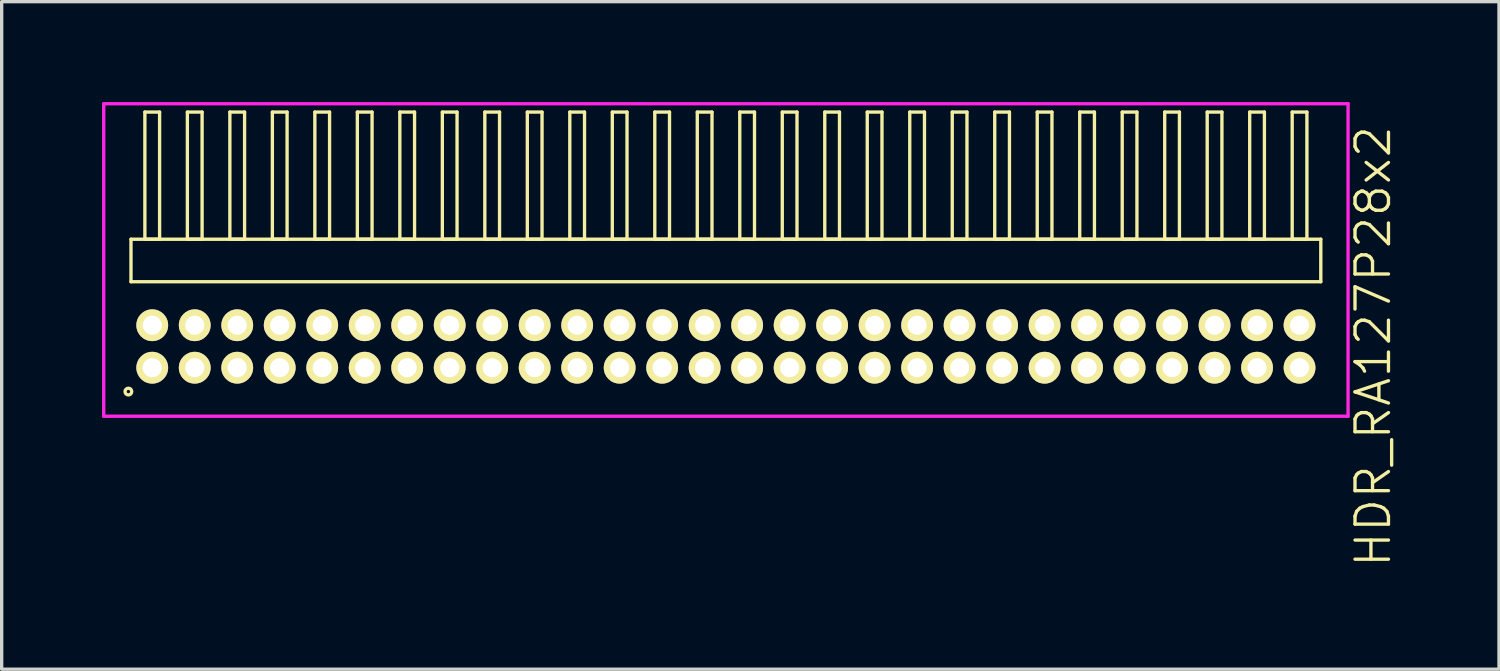
<source format=kicad_pcb>
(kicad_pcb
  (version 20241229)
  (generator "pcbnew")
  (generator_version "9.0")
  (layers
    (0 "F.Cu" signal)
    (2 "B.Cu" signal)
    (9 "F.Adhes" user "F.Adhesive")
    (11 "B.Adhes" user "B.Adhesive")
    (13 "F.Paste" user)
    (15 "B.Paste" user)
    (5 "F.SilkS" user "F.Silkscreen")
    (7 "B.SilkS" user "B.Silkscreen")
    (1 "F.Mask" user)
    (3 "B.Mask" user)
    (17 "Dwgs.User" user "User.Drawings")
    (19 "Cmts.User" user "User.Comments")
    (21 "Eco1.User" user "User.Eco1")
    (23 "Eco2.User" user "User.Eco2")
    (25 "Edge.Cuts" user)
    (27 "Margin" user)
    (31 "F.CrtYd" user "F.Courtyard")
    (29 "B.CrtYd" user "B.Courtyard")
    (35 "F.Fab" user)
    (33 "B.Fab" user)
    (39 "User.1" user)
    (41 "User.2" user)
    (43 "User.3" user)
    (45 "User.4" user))
  (footprint "HDR_RA127P28x2"
    (layer "F.Cu")
    (at 18.645 7.305)
    (property "Reference" "HDR_RA127P28x2" (at 19.345 0 90) (layer "F.SilkS") (effects (font (size 1 1) (thickness 0.1))))
    (attr through_hole)
    (fp_line (start -17.78 -3.205) (end -17.78 -1.935) (stroke (width 0.1) (type solid)) (layer "F.SilkS"))
    (fp_line (start -17.78 -1.935) (end 17.78 -1.935) (stroke (width 0.1) (type solid)) (layer "F.SilkS"))
    (fp_line (start -17.365 -7.005) (end -17.365 -3.205) (stroke (width 0.1) (type solid)) (layer "F.SilkS"))
    (fp_line (start -17.365 -3.205) (end -16.925 -3.205) (stroke (width 0.1) (type solid)) (layer "F.SilkS"))
    (fp_line (start -16.925 -7.005) (end -17.365 -7.005) (stroke (width 0.1) (type solid)) (layer "F.SilkS"))
    (fp_line (start -16.925 -3.205) (end -16.925 -7.005) (stroke (width 0.1) (type solid)) (layer "F.SilkS"))
    (fp_line (start -16.095 -7.005) (end -16.095 -3.205) (stroke (width 0.1) (type solid)) (layer "F.SilkS"))
    (fp_line (start -16.095 -3.205) (end -15.655 -3.205) (stroke (width 0.1) (type solid)) (layer "F.SilkS"))
    (fp_line (start -15.655 -7.005) (end -16.095 -7.005) (stroke (width 0.1) (type solid)) (layer "F.SilkS"))
    (fp_line (start -15.655 -3.205) (end -15.655 -7.005) (stroke (width 0.1) (type solid)) (layer "F.SilkS"))
    (fp_line (start -14.825 -7.005) (end -14.825 -3.205) (stroke (width 0.1) (type solid)) (layer "F.SilkS"))
    (fp_line (start -14.825 -3.205) (end -14.385 -3.205) (stroke (width 0.1) (type solid)) (layer "F.SilkS"))
    (fp_line (start -14.385 -7.005) (end -14.825 -7.005) (stroke (width 0.1) (type solid)) (layer "F.SilkS"))
    (fp_line (start -14.385 -3.205) (end -14.385 -7.005) (stroke (width 0.1) (type solid)) (layer "F.SilkS"))
    (fp_line (start -13.555 -7.005) (end -13.555 -3.205) (stroke (width 0.1) (type solid)) (layer "F.SilkS"))
    (fp_line (start -13.555 -3.205) (end -13.115 -3.205) (stroke (width 0.1) (type solid)) (layer "F.SilkS"))
    (fp_line (start -13.115 -7.005) (end -13.555 -7.005) (stroke (width 0.1) (type solid)) (layer "F.SilkS"))
    (fp_line (start -13.115 -3.205) (end -13.115 -7.005) (stroke (width 0.1) (type solid)) (layer "F.SilkS"))
    (fp_line (start -12.285 -7.005) (end -12.285 -3.205) (stroke (width 0.1) (type solid)) (layer "F.SilkS"))
    (fp_line (start -12.285 -3.205) (end -11.845 -3.205) (stroke (width 0.1) (type solid)) (layer "F.SilkS"))
    (fp_line (start -11.845 -7.005) (end -12.285 -7.005) (stroke (width 0.1) (type solid)) (layer "F.SilkS"))
    (fp_line (start -11.845 -3.205) (end -11.845 -7.005) (stroke (width 0.1) (type solid)) (layer "F.SilkS"))
    (fp_line (start -11.015 -7.005) (end -11.015 -3.205) (stroke (width 0.1) (type solid)) (layer "F.SilkS"))
    (fp_line (start -11.015 -3.205) (end -10.575 -3.205) (stroke (width 0.1) (type solid)) (layer "F.SilkS"))
    (fp_line (start -10.575 -7.005) (end -11.015 -7.005) (stroke (width 0.1) (type solid)) (layer "F.SilkS"))
    (fp_line (start -10.575 -3.205) (end -10.575 -7.005) (stroke (width 0.1) (type solid)) (layer "F.SilkS"))
    (fp_line (start -9.745 -7.005) (end -9.745 -3.205) (stroke (width 0.1) (type solid)) (layer "F.SilkS"))
    (fp_line (start -9.745 -3.205) (end -9.305 -3.205) (stroke (width 0.1) (type solid)) (layer "F.SilkS"))
    (fp_line (start -9.305 -7.005) (end -9.745 -7.005) (stroke (width 0.1) (type solid)) (layer "F.SilkS"))
    (fp_line (start -9.305 -3.205) (end -9.305 -7.005) (stroke (width 0.1) (type solid)) (layer "F.SilkS"))
    (fp_line (start -8.475 -7.005) (end -8.475 -3.205) (stroke (width 0.1) (type solid)) (layer "F.SilkS"))
    (fp_line (start -8.475 -3.205) (end -8.035 -3.205) (stroke (width 0.1) (type solid)) (layer "F.SilkS"))
    (fp_line (start -8.035 -7.005) (end -8.475 -7.005) (stroke (width 0.1) (type solid)) (layer "F.SilkS"))
    (fp_line (start -8.035 -3.205) (end -8.035 -7.005) (stroke (width 0.1) (type solid)) (layer "F.SilkS"))
    (fp_line (start -7.205 -7.005) (end -7.205 -3.205) (stroke (width 0.1) (type solid)) (layer "F.SilkS"))
    (fp_line (start -7.205 -3.205) (end -6.765 -3.205) (stroke (width 0.1) (type solid)) (layer "F.SilkS"))
    (fp_line (start -6.765 -7.005) (end -7.205 -7.005) (stroke (width 0.1) (type solid)) (layer "F.SilkS"))
    (fp_line (start -6.765 -3.205) (end -6.765 -7.005) (stroke (width 0.1) (type solid)) (layer "F.SilkS"))
    (fp_line (start -5.935 -7.005) (end -5.935 -3.205) (stroke (width 0.1) (type solid)) (layer "F.SilkS"))
    (fp_line (start -5.935 -3.205) (end -5.495 -3.205) (stroke (width 0.1) (type solid)) (layer "F.SilkS"))
    (fp_line (start -5.495 -7.005) (end -5.935 -7.005) (stroke (width 0.1) (type solid)) (layer "F.SilkS"))
    (fp_line (start -5.495 -3.205) (end -5.495 -7.005) (stroke (width 0.1) (type solid)) (layer "F.SilkS"))
    (fp_line (start -4.665 -7.005) (end -4.665 -3.205) (stroke (width 0.1) (type solid)) (layer "F.SilkS"))
    (fp_line (start -4.665 -3.205) (end -4.225 -3.205) (stroke (width 0.1) (type solid)) (layer "F.SilkS"))
    (fp_line (start -4.225 -7.005) (end -4.665 -7.005) (stroke (width 0.1) (type solid)) (layer "F.SilkS"))
    (fp_line (start -4.225 -3.205) (end -4.225 -7.005) (stroke (width 0.1) (type solid)) (layer "F.SilkS"))
    (fp_line (start -3.395 -7.005) (end -3.395 -3.205) (stroke (width 0.1) (type solid)) (layer "F.SilkS"))
    (fp_line (start -3.395 -3.205) (end -2.955 -3.205) (stroke (width 0.1) (type solid)) (layer "F.SilkS"))
    (fp_line (start -2.955 -7.005) (end -3.395 -7.005) (stroke (width 0.1) (type solid)) (layer "F.SilkS"))
    (fp_line (start -2.955 -3.205) (end -2.955 -7.005) (stroke (width 0.1) (type solid)) (layer "F.SilkS"))
    (fp_line (start -2.125 -7.005) (end -2.125 -3.205) (stroke (width 0.1) (type solid)) (layer "F.SilkS"))
    (fp_line (start -2.125 -3.205) (end -1.685 -3.205) (stroke (width 0.1) (type solid)) (layer "F.SilkS"))
    (fp_line (start -1.685 -7.005) (end -2.125 -7.005) (stroke (width 0.1) (type solid)) (layer "F.SilkS"))
    (fp_line (start -1.685 -3.205) (end -1.685 -7.005) (stroke (width 0.1) (type solid)) (layer "F.SilkS"))
    (fp_line (start -0.855 -7.005) (end -0.855 -3.205) (stroke (width 0.1) (type solid)) (layer "F.SilkS"))
    (fp_line (start -0.855 -3.205) (end -0.415 -3.205) (stroke (width 0.1) (type solid)) (layer "F.SilkS"))
    (fp_line (start -0.415 -7.005) (end -0.855 -7.005) (stroke (width 0.1) (type solid)) (layer "F.SilkS"))
    (fp_line (start -0.415 -3.205) (end -0.415 -7.005) (stroke (width 0.1) (type solid)) (layer "F.SilkS"))
    (fp_line (start 0.415 -7.005) (end 0.415 -3.205) (stroke (width 0.1) (type solid)) (layer "F.SilkS"))
    (fp_line (start 0.415 -3.205) (end 0.855 -3.205) (stroke (width 0.1) (type solid)) (layer "F.SilkS"))
    (fp_line (start 0.855 -7.005) (end 0.415 -7.005) (stroke (width 0.1) (type solid)) (layer "F.SilkS"))
    (fp_line (start 0.855 -3.205) (end 0.855 -7.005) (stroke (width 0.1) (type solid)) (layer "F.SilkS"))
    (fp_line (start 1.685 -7.005) (end 1.685 -3.205) (stroke (width 0.1) (type solid)) (layer "F.SilkS"))
    (fp_line (start 1.685 -3.205) (end 2.125 -3.205) (stroke (width 0.1) (type solid)) (layer "F.SilkS"))
    (fp_line (start 2.125 -7.005) (end 1.685 -7.005) (stroke (width 0.1) (type solid)) (layer "F.SilkS"))
    (fp_line (start 2.125 -3.205) (end 2.125 -7.005) (stroke (width 0.1) (type solid)) (layer "F.SilkS"))
    (fp_line (start 2.955 -7.005) (end 2.955 -3.205) (stroke (width 0.1) (type solid)) (layer "F.SilkS"))
    (fp_line (start 2.955 -3.205) (end 3.395 -3.205) (stroke (width 0.1) (type solid)) (layer "F.SilkS"))
    (fp_line (start 3.395 -7.005) (end 2.955 -7.005) (stroke (width 0.1) (type solid)) (layer "F.SilkS"))
    (fp_line (start 3.395 -3.205) (end 3.395 -7.005) (stroke (width 0.1) (type solid)) (layer "F.SilkS"))
    (fp_line (start 4.225 -7.005) (end 4.225 -3.205) (stroke (width 0.1) (type solid)) (layer "F.SilkS"))
    (fp_line (start 4.225 -3.205) (end 4.665 -3.205) (stroke (width 0.1) (type solid)) (layer "F.SilkS"))
    (fp_line (start 4.665 -7.005) (end 4.225 -7.005) (stroke (width 0.1) (type solid)) (layer "F.SilkS"))
    (fp_line (start 4.665 -3.205) (end 4.665 -7.005) (stroke (width 0.1) (type solid)) (layer "F.SilkS"))
    (fp_line (start 5.495 -7.005) (end 5.495 -3.205) (stroke (width 0.1) (type solid)) (layer "F.SilkS"))
    (fp_line (start 5.495 -3.205) (end 5.935 -3.205) (stroke (width 0.1) (type solid)) (layer "F.SilkS"))
    (fp_line (start 5.935 -7.005) (end 5.495 -7.005) (stroke (width 0.1) (type solid)) (layer "F.SilkS"))
    (fp_line (start 5.935 -3.205) (end 5.935 -7.005) (stroke (width 0.1) (type solid)) (layer "F.SilkS"))
    (fp_line (start 6.765 -7.005) (end 6.765 -3.205) (stroke (width 0.1) (type solid)) (layer "F.SilkS"))
    (fp_line (start 6.765 -3.205) (end 7.205 -3.205) (stroke (width 0.1) (type solid)) (layer "F.SilkS"))
    (fp_line (start 7.205 -7.005) (end 6.765 -7.005) (stroke (width 0.1) (type solid)) (layer "F.SilkS"))
    (fp_line (start 7.205 -3.205) (end 7.205 -7.005) (stroke (width 0.1) (type solid)) (layer "F.SilkS"))
    (fp_line (start 8.035 -7.005) (end 8.035 -3.205) (stroke (width 0.1) (type solid)) (layer "F.SilkS"))
    (fp_line (start 8.035 -3.205) (end 8.475 -3.205) (stroke (width 0.1) (type solid)) (layer "F.SilkS"))
    (fp_line (start 8.475 -7.005) (end 8.035 -7.005) (stroke (width 0.1) (type solid)) (layer "F.SilkS"))
    (fp_line (start 8.475 -3.205) (end 8.475 -7.005) (stroke (width 0.1) (type solid)) (layer "F.SilkS"))
    (fp_line (start 9.305 -7.005) (end 9.305 -3.205) (stroke (width 0.1) (type solid)) (layer "F.SilkS"))
    (fp_line (start 9.305 -3.205) (end 9.745 -3.205) (stroke (width 0.1) (type solid)) (layer "F.SilkS"))
    (fp_line (start 9.745 -7.005) (end 9.305 -7.005) (stroke (width 0.1) (type solid)) (layer "F.SilkS"))
    (fp_line (start 9.745 -3.205) (end 9.745 -7.005) (stroke (width 0.1) (type solid)) (layer "F.SilkS"))
    (fp_line (start 10.575 -7.005) (end 10.575 -3.205) (stroke (width 0.1) (type solid)) (layer "F.SilkS"))
    (fp_line (start 10.575 -3.205) (end 11.015 -3.205) (stroke (width 0.1) (type solid)) (layer "F.SilkS"))
    (fp_line (start 11.015 -7.005) (end 10.575 -7.005) (stroke (width 0.1) (type solid)) (layer "F.SilkS"))
    (fp_line (start 11.015 -3.205) (end 11.015 -7.005) (stroke (width 0.1) (type solid)) (layer "F.SilkS"))
    (fp_line (start 11.845 -7.005) (end 11.845 -3.205) (stroke (width 0.1) (type solid)) (layer "F.SilkS"))
    (fp_line (start 11.845 -3.205) (end 12.285 -3.205) (stroke (width 0.1) (type solid)) (layer "F.SilkS"))
    (fp_line (start 12.285 -7.005) (end 11.845 -7.005) (stroke (width 0.1) (type solid)) (layer "F.SilkS"))
    (fp_line (start 12.285 -3.205) (end 12.285 -7.005) (stroke (width 0.1) (type solid)) (layer "F.SilkS"))
    (fp_line (start 13.115 -7.005) (end 13.115 -3.205) (stroke (width 0.1) (type solid)) (layer "F.SilkS"))
    (fp_line (start 13.115 -3.205) (end 13.555 -3.205) (stroke (width 0.1) (type solid)) (layer "F.SilkS"))
    (fp_line (start 13.555 -7.005) (end 13.115 -7.005) (stroke (width 0.1) (type solid)) (layer "F.SilkS"))
    (fp_line (start 13.555 -3.205) (end 13.555 -7.005) (stroke (width 0.1) (type solid)) (layer "F.SilkS"))
    (fp_line (start 14.385 -7.005) (end 14.385 -3.205) (stroke (width 0.1) (type solid)) (layer "F.SilkS"))
    (fp_line (start 14.385 -3.205) (end 14.825 -3.205) (stroke (width 0.1) (type solid)) (layer "F.SilkS"))
    (fp_line (start 14.825 -7.005) (end 14.385 -7.005) (stroke (width 0.1) (type solid)) (layer "F.SilkS"))
    (fp_line (start 14.825 -3.205) (end 14.825 -7.005) (stroke (width 0.1) (type solid)) (layer "F.SilkS"))
    (fp_line (start 15.655 -7.005) (end 15.655 -3.205) (stroke (width 0.1) (type solid)) (layer "F.SilkS"))
    (fp_line (start 15.655 -3.205) (end 16.095 -3.205) (stroke (width 0.1) (type solid)) (layer "F.SilkS"))
    (fp_line (start 16.095 -7.005) (end 15.655 -7.005) (stroke (width 0.1) (type solid)) (layer "F.SilkS"))
    (fp_line (start 16.095 -3.205) (end 16.095 -7.005) (stroke (width 0.1) (type solid)) (layer "F.SilkS"))
    (fp_line (start 16.925 -7.005) (end 16.925 -3.205) (stroke (width 0.1) (type solid)) (layer "F.SilkS"))
    (fp_line (start 16.925 -3.205) (end 17.365 -3.205) (stroke (width 0.1) (type solid)) (layer "F.SilkS"))
    (fp_line (start 17.365 -7.005) (end 16.925 -7.005) (stroke (width 0.1) (type solid)) (layer "F.SilkS"))
    (fp_line (start 17.365 -3.205) (end 17.365 -7.005) (stroke (width 0.1) (type solid)) (layer "F.SilkS"))
    (fp_line (start 17.78 -3.205) (end -17.78 -3.205) (stroke (width 0.1) (type solid)) (layer "F.SilkS"))
    (fp_line (start 17.78 -1.935) (end 17.78 -3.205) (stroke (width 0.1) (type solid)) (layer "F.SilkS"))
    (fp_circle (center -17.858 1.348) (end -17.758 1.348) (stroke (width 0.1) (type solid)) (fill no) (layer "F.SilkS"))
    (fp_line (start -18.595 -7.255) (end -18.595 2.085) (stroke (width 0.1) (type solid)) (layer "F.CrtYd"))
    (fp_line (start -18.595 2.085) (end 18.595 2.085) (stroke (width 0.1) (type solid)) (layer "F.CrtYd"))
    (fp_line (start 18.595 -7.255) (end -18.595 -7.255) (stroke (width 0.1) (type solid)) (layer "F.CrtYd"))
    (fp_line (start 18.595 2.085) (end 18.595 -7.255) (stroke (width 0.1) (type solid)) (layer "F.CrtYd"))
    (pad "1" thru_hole oval (at -17.145 0.635) (size 0.95 0.95) (drill 0.57) (layers "*.Cu" "*.Mask" "F.SilkS"))
    (pad "2" thru_hole oval (at -17.145 -0.635) (size 0.95 0.95) (drill 0.57) (layers "*.Cu" "*.Mask" "F.SilkS"))
    (pad "3" thru_hole oval (at -15.875 0.635) (size 0.95 0.95) (drill 0.57) (layers "*.Cu" "*.Mask" "F.SilkS"))
    (pad "4" thru_hole oval (at -15.875 -0.635) (size 0.95 0.95) (drill 0.57) (layers "*.Cu" "*.Mask" "F.SilkS"))
    (pad "5" thru_hole oval (at -14.605 0.635) (size 0.95 0.95) (drill 0.57) (layers "*.Cu" "*.Mask" "F.SilkS"))
    (pad "6" thru_hole oval (at -14.605 -0.635) (size 0.95 0.95) (drill 0.57) (layers "*.Cu" "*.Mask" "F.SilkS"))
    (pad "7" thru_hole oval (at -13.335 0.635) (size 0.95 0.95) (drill 0.57) (layers "*.Cu" "*.Mask" "F.SilkS"))
    (pad "8" thru_hole oval (at -13.335 -0.635) (size 0.95 0.95) (drill 0.57) (layers "*.Cu" "*.Mask" "F.SilkS"))
    (pad "9" thru_hole oval (at -12.065 0.635) (size 0.95 0.95) (drill 0.57) (layers "*.Cu" "*.Mask" "F.SilkS"))
    (pad "10" thru_hole oval (at -12.065 -0.635) (size 0.95 0.95) (drill 0.57) (layers "*.Cu" "*.Mask" "F.SilkS"))
    (pad "11" thru_hole oval (at -10.795 0.635) (size 0.95 0.95) (drill 0.57) (layers "*.Cu" "*.Mask" "F.SilkS"))
    (pad "12" thru_hole oval (at -10.795 -0.635) (size 0.95 0.95) (drill 0.57) (layers "*.Cu" "*.Mask" "F.SilkS"))
    (pad "13" thru_hole oval (at -9.525 0.635) (size 0.95 0.95) (drill 0.57) (layers "*.Cu" "*.Mask" "F.SilkS"))
    (pad "14" thru_hole oval (at -9.525 -0.635) (size 0.95 0.95) (drill 0.57) (layers "*.Cu" "*.Mask" "F.SilkS"))
    (pad "15" thru_hole oval (at -8.255 0.635) (size 0.95 0.95) (drill 0.57) (layers "*.Cu" "*.Mask" "F.SilkS"))
    (pad "16" thru_hole oval (at -8.255 -0.635) (size 0.95 0.95) (drill 0.57) (layers "*.Cu" "*.Mask" "F.SilkS"))
    (pad "17" thru_hole oval (at -6.985 0.635) (size 0.95 0.95) (drill 0.57) (layers "*.Cu" "*.Mask" "F.SilkS"))
    (pad "18" thru_hole oval (at -6.985 -0.635) (size 0.95 0.95) (drill 0.57) (layers "*.Cu" "*.Mask" "F.SilkS"))
    (pad "19" thru_hole oval (at -5.715 0.635) (size 0.95 0.95) (drill 0.57) (layers "*.Cu" "*.Mask" "F.SilkS"))
    (pad "20" thru_hole oval (at -5.715 -0.635) (size 0.95 0.95) (drill 0.57) (layers "*.Cu" "*.Mask" "F.SilkS"))
    (pad "21" thru_hole oval (at -4.445 0.635) (size 0.95 0.95) (drill 0.57) (layers "*.Cu" "*.Mask" "F.SilkS"))
    (pad "22" thru_hole oval (at -4.445 -0.635) (size 0.95 0.95) (drill 0.57) (layers "*.Cu" "*.Mask" "F.SilkS"))
    (pad "23" thru_hole oval (at -3.175 0.635) (size 0.95 0.95) (drill 0.57) (layers "*.Cu" "*.Mask" "F.SilkS"))
    (pad "24" thru_hole oval (at -3.175 -0.635) (size 0.95 0.95) (drill 0.57) (layers "*.Cu" "*.Mask" "F.SilkS"))
    (pad "25" thru_hole oval (at -1.905 0.635) (size 0.95 0.95) (drill 0.57) (layers "*.Cu" "*.Mask" "F.SilkS"))
    (pad "26" thru_hole oval (at -1.905 -0.635) (size 0.95 0.95) (drill 0.57) (layers "*.Cu" "*.Mask" "F.SilkS"))
    (pad "27" thru_hole oval (at -0.635 0.635) (size 0.95 0.95) (drill 0.57) (layers "*.Cu" "*.Mask" "F.SilkS"))
    (pad "28" thru_hole oval (at -0.635 -0.635) (size 0.95 0.95) (drill 0.57) (layers "*.Cu" "*.Mask" "F.SilkS"))
    (pad "29" thru_hole oval (at 0.635 0.635) (size 0.95 0.95) (drill 0.57) (layers "*.Cu" "*.Mask" "F.SilkS"))
    (pad "30" thru_hole oval (at 0.635 -0.635) (size 0.95 0.95) (drill 0.57) (layers "*.Cu" "*.Mask" "F.SilkS"))
    (pad "31" thru_hole oval (at 1.905 0.635) (size 0.95 0.95) (drill 0.57) (layers "*.Cu" "*.Mask" "F.SilkS"))
    (pad "32" thru_hole oval (at 1.905 -0.635) (size 0.95 0.95) (drill 0.57) (layers "*.Cu" "*.Mask" "F.SilkS"))
    (pad "33" thru_hole oval (at 3.175 0.635) (size 0.95 0.95) (drill 0.57) (layers "*.Cu" "*.Mask" "F.SilkS"))
    (pad "34" thru_hole oval (at 3.175 -0.635) (size 0.95 0.95) (drill 0.57) (layers "*.Cu" "*.Mask" "F.SilkS"))
    (pad "35" thru_hole oval (at 4.445 0.635) (size 0.95 0.95) (drill 0.57) (layers "*.Cu" "*.Mask" "F.SilkS"))
    (pad "36" thru_hole oval (at 4.445 -0.635) (size 0.95 0.95) (drill 0.57) (layers "*.Cu" "*.Mask" "F.SilkS"))
    (pad "37" thru_hole oval (at 5.715 0.635) (size 0.95 0.95) (drill 0.57) (layers "*.Cu" "*.Mask" "F.SilkS"))
    (pad "38" thru_hole oval (at 5.715 -0.635) (size 0.95 0.95) (drill 0.57) (layers "*.Cu" "*.Mask" "F.SilkS"))
    (pad "39" thru_hole oval (at 6.985 0.635) (size 0.95 0.95) (drill 0.57) (layers "*.Cu" "*.Mask" "F.SilkS"))
    (pad "40" thru_hole oval (at 6.985 -0.635) (size 0.95 0.95) (drill 0.57) (layers "*.Cu" "*.Mask" "F.SilkS"))
    (pad "41" thru_hole oval (at 8.255 0.635) (size 0.95 0.95) (drill 0.57) (layers "*.Cu" "*.Mask" "F.SilkS"))
    (pad "42" thru_hole oval (at 8.255 -0.635) (size 0.95 0.95) (drill 0.57) (layers "*.Cu" "*.Mask" "F.SilkS"))
    (pad "43" thru_hole oval (at 9.525 0.635) (size 0.95 0.95) (drill 0.57) (layers "*.Cu" "*.Mask" "F.SilkS"))
    (pad "44" thru_hole oval (at 9.525 -0.635) (size 0.95 0.95) (drill 0.57) (layers "*.Cu" "*.Mask" "F.SilkS"))
    (pad "45" thru_hole oval (at 10.795 0.635) (size 0.95 0.95) (drill 0.57) (layers "*.Cu" "*.Mask" "F.SilkS"))
    (pad "46" thru_hole oval (at 10.795 -0.635) (size 0.95 0.95) (drill 0.57) (layers "*.Cu" "*.Mask" "F.SilkS"))
    (pad "47" thru_hole oval (at 12.065 0.635) (size 0.95 0.95) (drill 0.57) (layers "*.Cu" "*.Mask" "F.SilkS"))
    (pad "48" thru_hole oval (at 12.065 -0.635) (size 0.95 0.95) (drill 0.57) (layers "*.Cu" "*.Mask" "F.SilkS"))
    (pad "49" thru_hole oval (at 13.335 0.635) (size 0.95 0.95) (drill 0.57) (layers "*.Cu" "*.Mask" "F.SilkS"))
    (pad "50" thru_hole oval (at 13.335 -0.635) (size 0.95 0.95) (drill 0.57) (layers "*.Cu" "*.Mask" "F.SilkS"))
    (pad "51" thru_hole oval (at 14.605 0.635) (size 0.95 0.95) (drill 0.57) (layers "*.Cu" "*.Mask" "F.SilkS"))
    (pad "52" thru_hole oval (at 14.605 -0.635) (size 0.95 0.95) (drill 0.57) (layers "*.Cu" "*.Mask" "F.SilkS"))
    (pad "53" thru_hole oval (at 15.875 0.635) (size 0.95 0.95) (drill 0.57) (layers "*.Cu" "*.Mask" "F.SilkS"))
    (pad "54" thru_hole oval (at 15.875 -0.635) (size 0.95 0.95) (drill 0.57) (layers "*.Cu" "*.Mask" "F.SilkS"))
    (pad "55" thru_hole oval (at 17.145 0.635) (size 0.95 0.95) (drill 0.57) (layers "*.Cu" "*.Mask" "F.SilkS"))
    (pad "56" thru_hole oval (at 17.145 -0.635) (size 0.95 0.95) (drill 0.57) (layers "*.Cu" "*.Mask" "F.SilkS")))
  (gr_rect
    (start -3 -3)
    (end 41.751 16.95)
    (stroke (width 0.1) (type default))
    (fill no)
    (layer "Edge.Cuts")))
</source>
